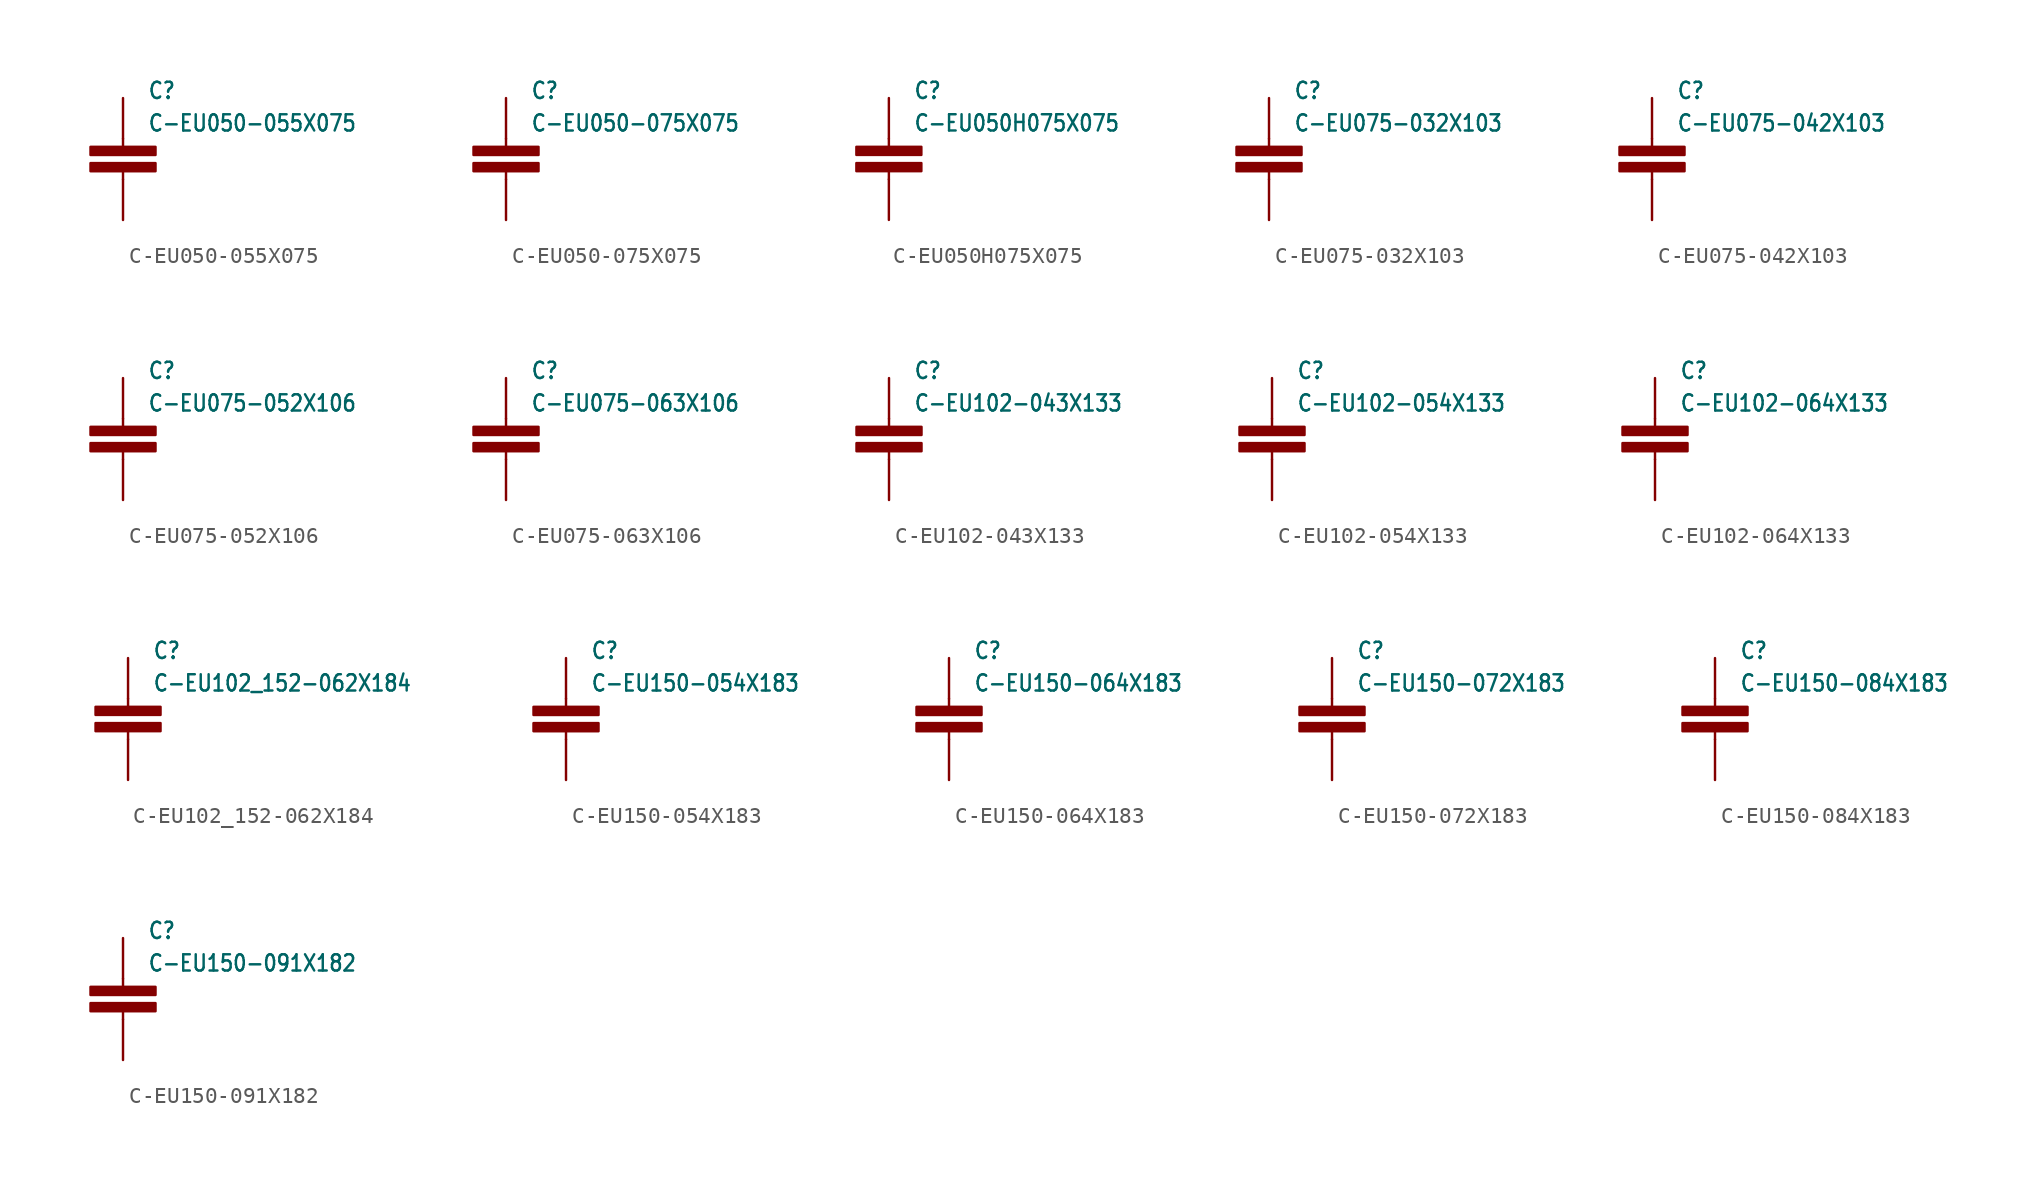
<source format=kicad_sym>
(kicad_symbol_lib
  (version 20220331)
  (generator kicad_symbol_editor)
  (symbol "C-EU050-055X075"
    (property "Reference" "C"
      (at 1.524 2.413 0)
      (effects (font (size 1.016 0.864)) (justify left bottom)))
    (property "Value" "C-EU050-055X075"
      (at 1.524 0.381 0)
      (effects (font (size 1.016 0.864)) (justify left bottom)))
    (property "ki_locked" ""
      (at 0 0 0)
      (effects (font (size 1.27 1.27))))
    (symbol "C-EU050-055X075_1_0"
      (rectangle (start -2.032 -2.032) (end 2.032 -1.524) (stroke (width 0) (type default)) (fill (type outline)))
      (rectangle (start -2.032 -1.016) (end 2.032 -0.508) (stroke (width 0) (type default)) (fill (type outline)))
      (polyline (pts (xy 0 -2.54) (xy 0 -2.032)) (stroke (width 0.152) (type solid)) (fill (type none)))
      (polyline (pts (xy 0 0) (xy 0 -0.508)) (stroke (width 0.152) (type solid)) (fill (type none)))
      (pin passive line (at 0 2.54 270) (length 2.54) (name "1" (effects (font (size 0 0)))) (number "1" (effects (font (size 0 0)))))
      (pin passive line (at 0 -5.08 90) (length 2.54) (name "2" (effects (font (size 0 0)))) (number "2" (effects (font (size 0 0)))))))
  (symbol "C-EU050-075X075"
    (property "Reference" "C"
      (at 1.524 2.413 0)
      (effects (font (size 1.016 0.864)) (justify left bottom)))
    (property "Value" "C-EU050-075X075"
      (at 1.524 0.381 0)
      (effects (font (size 1.016 0.864)) (justify left bottom)))
    (property "ki_locked" ""
      (at 0 0 0)
      (effects (font (size 1.27 1.27))))
    (symbol "C-EU050-075X075_1_0"
      (rectangle (start -2.032 -2.032) (end 2.032 -1.524) (stroke (width 0) (type default)) (fill (type outline)))
      (rectangle (start -2.032 -1.016) (end 2.032 -0.508) (stroke (width 0) (type default)) (fill (type outline)))
      (polyline (pts (xy 0 -2.54) (xy 0 -2.032)) (stroke (width 0.152) (type solid)) (fill (type none)))
      (polyline (pts (xy 0 0) (xy 0 -0.508)) (stroke (width 0.152) (type solid)) (fill (type none)))
      (pin passive line (at 0 2.54 270) (length 2.54) (name "1" (effects (font (size 0 0)))) (number "1" (effects (font (size 0 0)))))
      (pin passive line (at 0 -5.08 90) (length 2.54) (name "2" (effects (font (size 0 0)))) (number "2" (effects (font (size 0 0)))))))
  (symbol "C-EU050H075X075"
    (property "Reference" "C"
      (at 1.524 2.413 0)
      (effects (font (size 1.016 0.864)) (justify left bottom)))
    (property "Value" "C-EU050H075X075"
      (at 1.524 0.381 0)
      (effects (font (size 1.016 0.864)) (justify left bottom)))
    (property "ki_locked" ""
      (at 0 0 0)
      (effects (font (size 1.27 1.27))))
    (symbol "C-EU050H075X075_1_0"
      (rectangle (start -2.032 -2.032) (end 2.032 -1.524) (stroke (width 0) (type default)) (fill (type outline)))
      (rectangle (start -2.032 -1.016) (end 2.032 -0.508) (stroke (width 0) (type default)) (fill (type outline)))
      (polyline (pts (xy 0 -2.54) (xy 0 -2.032)) (stroke (width 0.152) (type solid)) (fill (type none)))
      (polyline (pts (xy 0 0) (xy 0 -0.508)) (stroke (width 0.152) (type solid)) (fill (type none)))
      (pin passive line (at 0 2.54 270) (length 2.54) (name "1" (effects (font (size 0 0)))) (number "1" (effects (font (size 0 0)))))
      (pin passive line (at 0 -5.08 90) (length 2.54) (name "2" (effects (font (size 0 0)))) (number "2" (effects (font (size 0 0)))))))
  (symbol "C-EU075-032X103"
    (property "Reference" "C"
      (at 1.524 2.413 0)
      (effects (font (size 1.016 0.864)) (justify left bottom)))
    (property "Value" "C-EU075-032X103"
      (at 1.524 0.381 0)
      (effects (font (size 1.016 0.864)) (justify left bottom)))
    (property "ki_locked" ""
      (at 0 0 0)
      (effects (font (size 1.27 1.27))))
    (symbol "C-EU075-032X103_1_0"
      (rectangle (start -2.032 -2.032) (end 2.032 -1.524) (stroke (width 0) (type default)) (fill (type outline)))
      (rectangle (start -2.032 -1.016) (end 2.032 -0.508) (stroke (width 0) (type default)) (fill (type outline)))
      (polyline (pts (xy 0 -2.54) (xy 0 -2.032)) (stroke (width 0.152) (type solid)) (fill (type none)))
      (polyline (pts (xy 0 0) (xy 0 -0.508)) (stroke (width 0.152) (type solid)) (fill (type none)))
      (pin passive line (at 0 2.54 270) (length 2.54) (name "1" (effects (font (size 0 0)))) (number "1" (effects (font (size 0 0)))))
      (pin passive line (at 0 -5.08 90) (length 2.54) (name "2" (effects (font (size 0 0)))) (number "2" (effects (font (size 0 0)))))))
  (symbol "C-EU075-042X103"
    (property "Reference" "C"
      (at 1.524 2.413 0)
      (effects (font (size 1.016 0.864)) (justify left bottom)))
    (property "Value" "C-EU075-042X103"
      (at 1.524 0.381 0)
      (effects (font (size 1.016 0.864)) (justify left bottom)))
    (property "ki_locked" ""
      (at 0 0 0)
      (effects (font (size 1.27 1.27))))
    (symbol "C-EU075-042X103_1_0"
      (rectangle (start -2.032 -2.032) (end 2.032 -1.524) (stroke (width 0) (type default)) (fill (type outline)))
      (rectangle (start -2.032 -1.016) (end 2.032 -0.508) (stroke (width 0) (type default)) (fill (type outline)))
      (polyline (pts (xy 0 -2.54) (xy 0 -2.032)) (stroke (width 0.152) (type solid)) (fill (type none)))
      (polyline (pts (xy 0 0) (xy 0 -0.508)) (stroke (width 0.152) (type solid)) (fill (type none)))
      (pin passive line (at 0 2.54 270) (length 2.54) (name "1" (effects (font (size 0 0)))) (number "1" (effects (font (size 0 0)))))
      (pin passive line (at 0 -5.08 90) (length 2.54) (name "2" (effects (font (size 0 0)))) (number "2" (effects (font (size 0 0)))))))
  (symbol "C-EU075-052X106"
    (property "Reference" "C"
      (at 1.524 2.413 0)
      (effects (font (size 1.016 0.864)) (justify left bottom)))
    (property "Value" "C-EU075-052X106"
      (at 1.524 0.381 0)
      (effects (font (size 1.016 0.864)) (justify left bottom)))
    (property "ki_locked" ""
      (at 0 0 0)
      (effects (font (size 1.27 1.27))))
    (symbol "C-EU075-052X106_1_0"
      (rectangle (start -2.032 -2.032) (end 2.032 -1.524) (stroke (width 0) (type default)) (fill (type outline)))
      (rectangle (start -2.032 -1.016) (end 2.032 -0.508) (stroke (width 0) (type default)) (fill (type outline)))
      (polyline (pts (xy 0 -2.54) (xy 0 -2.032)) (stroke (width 0.152) (type solid)) (fill (type none)))
      (polyline (pts (xy 0 0) (xy 0 -0.508)) (stroke (width 0.152) (type solid)) (fill (type none)))
      (pin passive line (at 0 2.54 270) (length 2.54) (name "1" (effects (font (size 0 0)))) (number "1" (effects (font (size 0 0)))))
      (pin passive line (at 0 -5.08 90) (length 2.54) (name "2" (effects (font (size 0 0)))) (number "2" (effects (font (size 0 0)))))))
  (symbol "C-EU075-063X106"
    (property "Reference" "C"
      (at 1.524 2.413 0)
      (effects (font (size 1.016 0.864)) (justify left bottom)))
    (property "Value" "C-EU075-063X106"
      (at 1.524 0.381 0)
      (effects (font (size 1.016 0.864)) (justify left bottom)))
    (property "ki_locked" ""
      (at 0 0 0)
      (effects (font (size 1.27 1.27))))
    (symbol "C-EU075-063X106_1_0"
      (rectangle (start -2.032 -2.032) (end 2.032 -1.524) (stroke (width 0) (type default)) (fill (type outline)))
      (rectangle (start -2.032 -1.016) (end 2.032 -0.508) (stroke (width 0) (type default)) (fill (type outline)))
      (polyline (pts (xy 0 -2.54) (xy 0 -2.032)) (stroke (width 0.152) (type solid)) (fill (type none)))
      (polyline (pts (xy 0 0) (xy 0 -0.508)) (stroke (width 0.152) (type solid)) (fill (type none)))
      (pin passive line (at 0 2.54 270) (length 2.54) (name "1" (effects (font (size 0 0)))) (number "1" (effects (font (size 0 0)))))
      (pin passive line (at 0 -5.08 90) (length 2.54) (name "2" (effects (font (size 0 0)))) (number "2" (effects (font (size 0 0)))))))
  (symbol "C-EU102-043X133"
    (property "Reference" "C"
      (at 1.524 2.413 0)
      (effects (font (size 1.016 0.864)) (justify left bottom)))
    (property "Value" "C-EU102-043X133"
      (at 1.524 0.381 0)
      (effects (font (size 1.016 0.864)) (justify left bottom)))
    (property "ki_locked" ""
      (at 0 0 0)
      (effects (font (size 1.27 1.27))))
    (symbol "C-EU102-043X133_1_0"
      (rectangle (start -2.032 -2.032) (end 2.032 -1.524) (stroke (width 0) (type default)) (fill (type outline)))
      (rectangle (start -2.032 -1.016) (end 2.032 -0.508) (stroke (width 0) (type default)) (fill (type outline)))
      (polyline (pts (xy 0 -2.54) (xy 0 -2.032)) (stroke (width 0.152) (type solid)) (fill (type none)))
      (polyline (pts (xy 0 0) (xy 0 -0.508)) (stroke (width 0.152) (type solid)) (fill (type none)))
      (pin passive line (at 0 2.54 270) (length 2.54) (name "1" (effects (font (size 0 0)))) (number "1" (effects (font (size 0 0)))))
      (pin passive line (at 0 -5.08 90) (length 2.54) (name "2" (effects (font (size 0 0)))) (number "2" (effects (font (size 0 0)))))))
  (symbol "C-EU102-054X133"
    (property "Reference" "C"
      (at 1.524 2.413 0)
      (effects (font (size 1.016 0.864)) (justify left bottom)))
    (property "Value" "C-EU102-054X133"
      (at 1.524 0.381 0)
      (effects (font (size 1.016 0.864)) (justify left bottom)))
    (property "ki_locked" ""
      (at 0 0 0)
      (effects (font (size 1.27 1.27))))
    (symbol "C-EU102-054X133_1_0"
      (rectangle (start -2.032 -2.032) (end 2.032 -1.524) (stroke (width 0) (type default)) (fill (type outline)))
      (rectangle (start -2.032 -1.016) (end 2.032 -0.508) (stroke (width 0) (type default)) (fill (type outline)))
      (polyline (pts (xy 0 -2.54) (xy 0 -2.032)) (stroke (width 0.152) (type solid)) (fill (type none)))
      (polyline (pts (xy 0 0) (xy 0 -0.508)) (stroke (width 0.152) (type solid)) (fill (type none)))
      (pin passive line (at 0 2.54 270) (length 2.54) (name "1" (effects (font (size 0 0)))) (number "1" (effects (font (size 0 0)))))
      (pin passive line (at 0 -5.08 90) (length 2.54) (name "2" (effects (font (size 0 0)))) (number "2" (effects (font (size 0 0)))))))
  (symbol "C-EU102-064X133"
    (property "Reference" "C"
      (at 1.524 2.413 0)
      (effects (font (size 1.016 0.864)) (justify left bottom)))
    (property "Value" "C-EU102-064X133"
      (at 1.524 0.381 0)
      (effects (font (size 1.016 0.864)) (justify left bottom)))
    (property "ki_locked" ""
      (at 0 0 0)
      (effects (font (size 1.27 1.27))))
    (symbol "C-EU102-064X133_1_0"
      (rectangle (start -2.032 -2.032) (end 2.032 -1.524) (stroke (width 0) (type default)) (fill (type outline)))
      (rectangle (start -2.032 -1.016) (end 2.032 -0.508) (stroke (width 0) (type default)) (fill (type outline)))
      (polyline (pts (xy 0 -2.54) (xy 0 -2.032)) (stroke (width 0.152) (type solid)) (fill (type none)))
      (polyline (pts (xy 0 0) (xy 0 -0.508)) (stroke (width 0.152) (type solid)) (fill (type none)))
      (pin passive line (at 0 2.54 270) (length 2.54) (name "1" (effects (font (size 0 0)))) (number "1" (effects (font (size 0 0)))))
      (pin passive line (at 0 -5.08 90) (length 2.54) (name "2" (effects (font (size 0 0)))) (number "2" (effects (font (size 0 0)))))))
  (symbol "C-EU102_152-062X184"
    (property "Reference" "C"
      (at 1.524 2.413 0)
      (effects (font (size 1.016 0.864)) (justify left bottom)))
    (property "Value" "C-EU102_152-062X184"
      (at 1.524 0.381 0)
      (effects (font (size 1.016 0.864)) (justify left bottom)))
    (property "ki_locked" ""
      (at 0 0 0)
      (effects (font (size 1.27 1.27))))
    (symbol "C-EU102_152-062X184_1_0"
      (rectangle (start -2.032 -2.032) (end 2.032 -1.524) (stroke (width 0) (type default)) (fill (type outline)))
      (rectangle (start -2.032 -1.016) (end 2.032 -0.508) (stroke (width 0) (type default)) (fill (type outline)))
      (polyline (pts (xy 0 -2.54) (xy 0 -2.032)) (stroke (width 0.152) (type solid)) (fill (type none)))
      (polyline (pts (xy 0 0) (xy 0 -0.508)) (stroke (width 0.152) (type solid)) (fill (type none)))
      (pin passive line (at 0 2.54 270) (length 2.54) (name "1" (effects (font (size 0 0)))) (number "1" (effects (font (size 0 0)))))
      (pin passive line (at 0 -5.08 90) (length 2.54) (name "2" (effects (font (size 0 0)))) (number "2" (effects (font (size 0 0)))))))
  (symbol "C-EU150-054X183"
    (property "Reference" "C"
      (at 1.524 2.413 0)
      (effects (font (size 1.016 0.864)) (justify left bottom)))
    (property "Value" "C-EU150-054X183"
      (at 1.524 0.381 0)
      (effects (font (size 1.016 0.864)) (justify left bottom)))
    (property "ki_locked" ""
      (at 0 0 0)
      (effects (font (size 1.27 1.27))))
    (symbol "C-EU150-054X183_1_0"
      (rectangle (start -2.032 -2.032) (end 2.032 -1.524) (stroke (width 0) (type default)) (fill (type outline)))
      (rectangle (start -2.032 -1.016) (end 2.032 -0.508) (stroke (width 0) (type default)) (fill (type outline)))
      (polyline (pts (xy 0 -2.54) (xy 0 -2.032)) (stroke (width 0.152) (type solid)) (fill (type none)))
      (polyline (pts (xy 0 0) (xy 0 -0.508)) (stroke (width 0.152) (type solid)) (fill (type none)))
      (pin passive line (at 0 2.54 270) (length 2.54) (name "1" (effects (font (size 0 0)))) (number "1" (effects (font (size 0 0)))))
      (pin passive line (at 0 -5.08 90) (length 2.54) (name "2" (effects (font (size 0 0)))) (number "2" (effects (font (size 0 0)))))))
  (symbol "C-EU150-064X183"
    (property "Reference" "C"
      (at 1.524 2.413 0)
      (effects (font (size 1.016 0.864)) (justify left bottom)))
    (property "Value" "C-EU150-064X183"
      (at 1.524 0.381 0)
      (effects (font (size 1.016 0.864)) (justify left bottom)))
    (property "ki_locked" ""
      (at 0 0 0)
      (effects (font (size 1.27 1.27))))
    (symbol "C-EU150-064X183_1_0"
      (rectangle (start -2.032 -2.032) (end 2.032 -1.524) (stroke (width 0) (type default)) (fill (type outline)))
      (rectangle (start -2.032 -1.016) (end 2.032 -0.508) (stroke (width 0) (type default)) (fill (type outline)))
      (polyline (pts (xy 0 -2.54) (xy 0 -2.032)) (stroke (width 0.152) (type solid)) (fill (type none)))
      (polyline (pts (xy 0 0) (xy 0 -0.508)) (stroke (width 0.152) (type solid)) (fill (type none)))
      (pin passive line (at 0 2.54 270) (length 2.54) (name "1" (effects (font (size 0 0)))) (number "1" (effects (font (size 0 0)))))
      (pin passive line (at 0 -5.08 90) (length 2.54) (name "2" (effects (font (size 0 0)))) (number "2" (effects (font (size 0 0)))))))
  (symbol "C-EU150-072X183"
    (property "Reference" "C"
      (at 1.524 2.413 0)
      (effects (font (size 1.016 0.864)) (justify left bottom)))
    (property "Value" "C-EU150-072X183"
      (at 1.524 0.381 0)
      (effects (font (size 1.016 0.864)) (justify left bottom)))
    (property "ki_locked" ""
      (at 0 0 0)
      (effects (font (size 1.27 1.27))))
    (symbol "C-EU150-072X183_1_0"
      (rectangle (start -2.032 -2.032) (end 2.032 -1.524) (stroke (width 0) (type default)) (fill (type outline)))
      (rectangle (start -2.032 -1.016) (end 2.032 -0.508) (stroke (width 0) (type default)) (fill (type outline)))
      (polyline (pts (xy 0 -2.54) (xy 0 -2.032)) (stroke (width 0.152) (type solid)) (fill (type none)))
      (polyline (pts (xy 0 0) (xy 0 -0.508)) (stroke (width 0.152) (type solid)) (fill (type none)))
      (pin passive line (at 0 2.54 270) (length 2.54) (name "1" (effects (font (size 0 0)))) (number "1" (effects (font (size 0 0)))))
      (pin passive line (at 0 -5.08 90) (length 2.54) (name "2" (effects (font (size 0 0)))) (number "2" (effects (font (size 0 0)))))))
  (symbol "C-EU150-084X183"
    (property "Reference" "C"
      (at 1.524 2.413 0)
      (effects (font (size 1.016 0.864)) (justify left bottom)))
    (property "Value" "C-EU150-084X183"
      (at 1.524 0.381 0)
      (effects (font (size 1.016 0.864)) (justify left bottom)))
    (property "ki_locked" ""
      (at 0 0 0)
      (effects (font (size 1.27 1.27))))
    (symbol "C-EU150-084X183_1_0"
      (rectangle (start -2.032 -2.032) (end 2.032 -1.524) (stroke (width 0) (type default)) (fill (type outline)))
      (rectangle (start -2.032 -1.016) (end 2.032 -0.508) (stroke (width 0) (type default)) (fill (type outline)))
      (polyline (pts (xy 0 -2.54) (xy 0 -2.032)) (stroke (width 0.152) (type solid)) (fill (type none)))
      (polyline (pts (xy 0 0) (xy 0 -0.508)) (stroke (width 0.152) (type solid)) (fill (type none)))
      (pin passive line (at 0 2.54 270) (length 2.54) (name "1" (effects (font (size 0 0)))) (number "1" (effects (font (size 0 0)))))
      (pin passive line (at 0 -5.08 90) (length 2.54) (name "2" (effects (font (size 0 0)))) (number "2" (effects (font (size 0 0)))))))
  (symbol "C-EU150-091X182"
    (property "Reference" "C"
      (at 1.524 2.413 0)
      (effects (font (size 1.016 0.864)) (justify left bottom)))
    (property "Value" "C-EU150-091X182"
      (at 1.524 0.381 0)
      (effects (font (size 1.016 0.864)) (justify left bottom)))
    (property "ki_locked" ""
      (at 0 0 0)
      (effects (font (size 1.27 1.27))))
    (symbol "C-EU150-091X182_1_0"
      (rectangle (start -2.032 -2.032) (end 2.032 -1.524) (stroke (width 0) (type default)) (fill (type outline)))
      (rectangle (start -2.032 -1.016) (end 2.032 -0.508) (stroke (width 0) (type default)) (fill (type outline)))
      (polyline (pts (xy 0 -2.54) (xy 0 -2.032)) (stroke (width 0.152) (type solid)) (fill (type none)))
      (polyline (pts (xy 0 0) (xy 0 -0.508)) (stroke (width 0.152) (type solid)) (fill (type none)))
      (pin passive line (at 0 2.54 270) (length 2.54) (name "1" (effects (font (size 0 0)))) (number "1" (effects (font (size 0 0)))))
      (pin passive line (at 0 -5.08 90) (length 2.54) (name "2" (effects (font (size 0 0)))) (number "2" (effects (font (size 0 0))))))))
</source>
